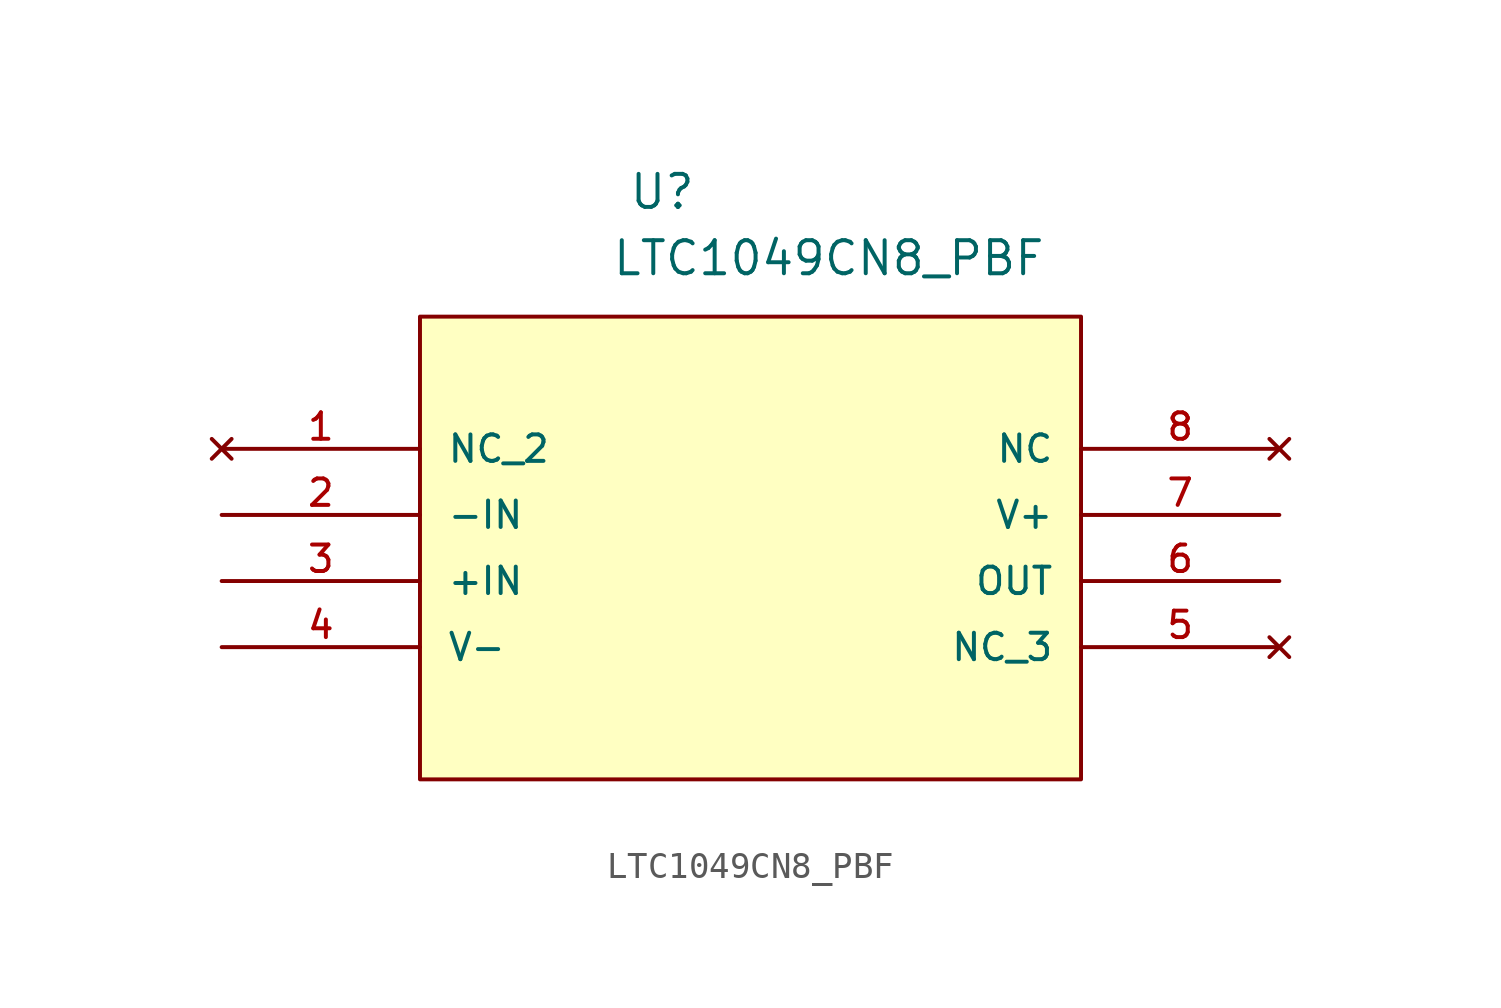
<source format=kicad_sym>
(kicad_symbol_lib
  (version 20231120)
  (generator "kicad_symbol_editor")
  (generator_version "8.0")
  (symbol "LTC1049CN8_PBF"
    (pin_names
      (offset 1.016))
    (property "Reference" "U"
      (at 15.618 9.132 0)
      (effects (font (size 1.27 1.27)) (justify left bottom)))
    (property "Value" "LTC1049CN8_PBF"
      (at 14.972 6.583 0)
      (effects (font (size 1.27 1.27)) (justify left bottom)))
    (symbol "LTC1049CN8_PBF_0_0"
      (rectangle (start 7.62 -12.7) (end 33.02 5.08) (stroke (width 0.152) (type default)) (fill (type background)))
      (pin no_connect line (at 0 0 0) (length 7.62) (name "NC_2" (effects (font (size 1.016 1.016)))) (number "1" (effects (font (size 1.016 1.016)))))
      (pin input line (at 0 -2.54 0) (length 7.62) (name "-IN" (effects (font (size 1.016 1.016)))) (number "2" (effects (font (size 1.016 1.016)))))
      (pin input line (at 0 -5.08 0) (length 7.62) (name "+IN" (effects (font (size 1.016 1.016)))) (number "3" (effects (font (size 1.016 1.016)))))
      (pin power_in line (at 0 -7.62 0) (length 7.62) (name "V-" (effects (font (size 1.016 1.016)))) (number "4" (effects (font (size 1.016 1.016)))))
      (pin no_connect line (at 40.64 -7.62 180) (length 7.62) (name "NC_3" (effects (font (size 1.016 1.016)))) (number "5" (effects (font (size 1.016 1.016)))))
      (pin output line (at 40.64 -5.08 180) (length 7.62) (name "OUT" (effects (font (size 1.016 1.016)))) (number "6" (effects (font (size 1.016 1.016)))))
      (pin power_in line (at 40.64 -2.54 180) (length 7.62) (name "V+" (effects (font (size 1.016 1.016)))) (number "7" (effects (font (size 1.016 1.016)))))
      (pin no_connect line (at 40.64 0 180) (length 7.62) (name "NC" (effects (font (size 1.016 1.016)))) (number "8" (effects (font (size 1.016 1.016))))))))
</source>
